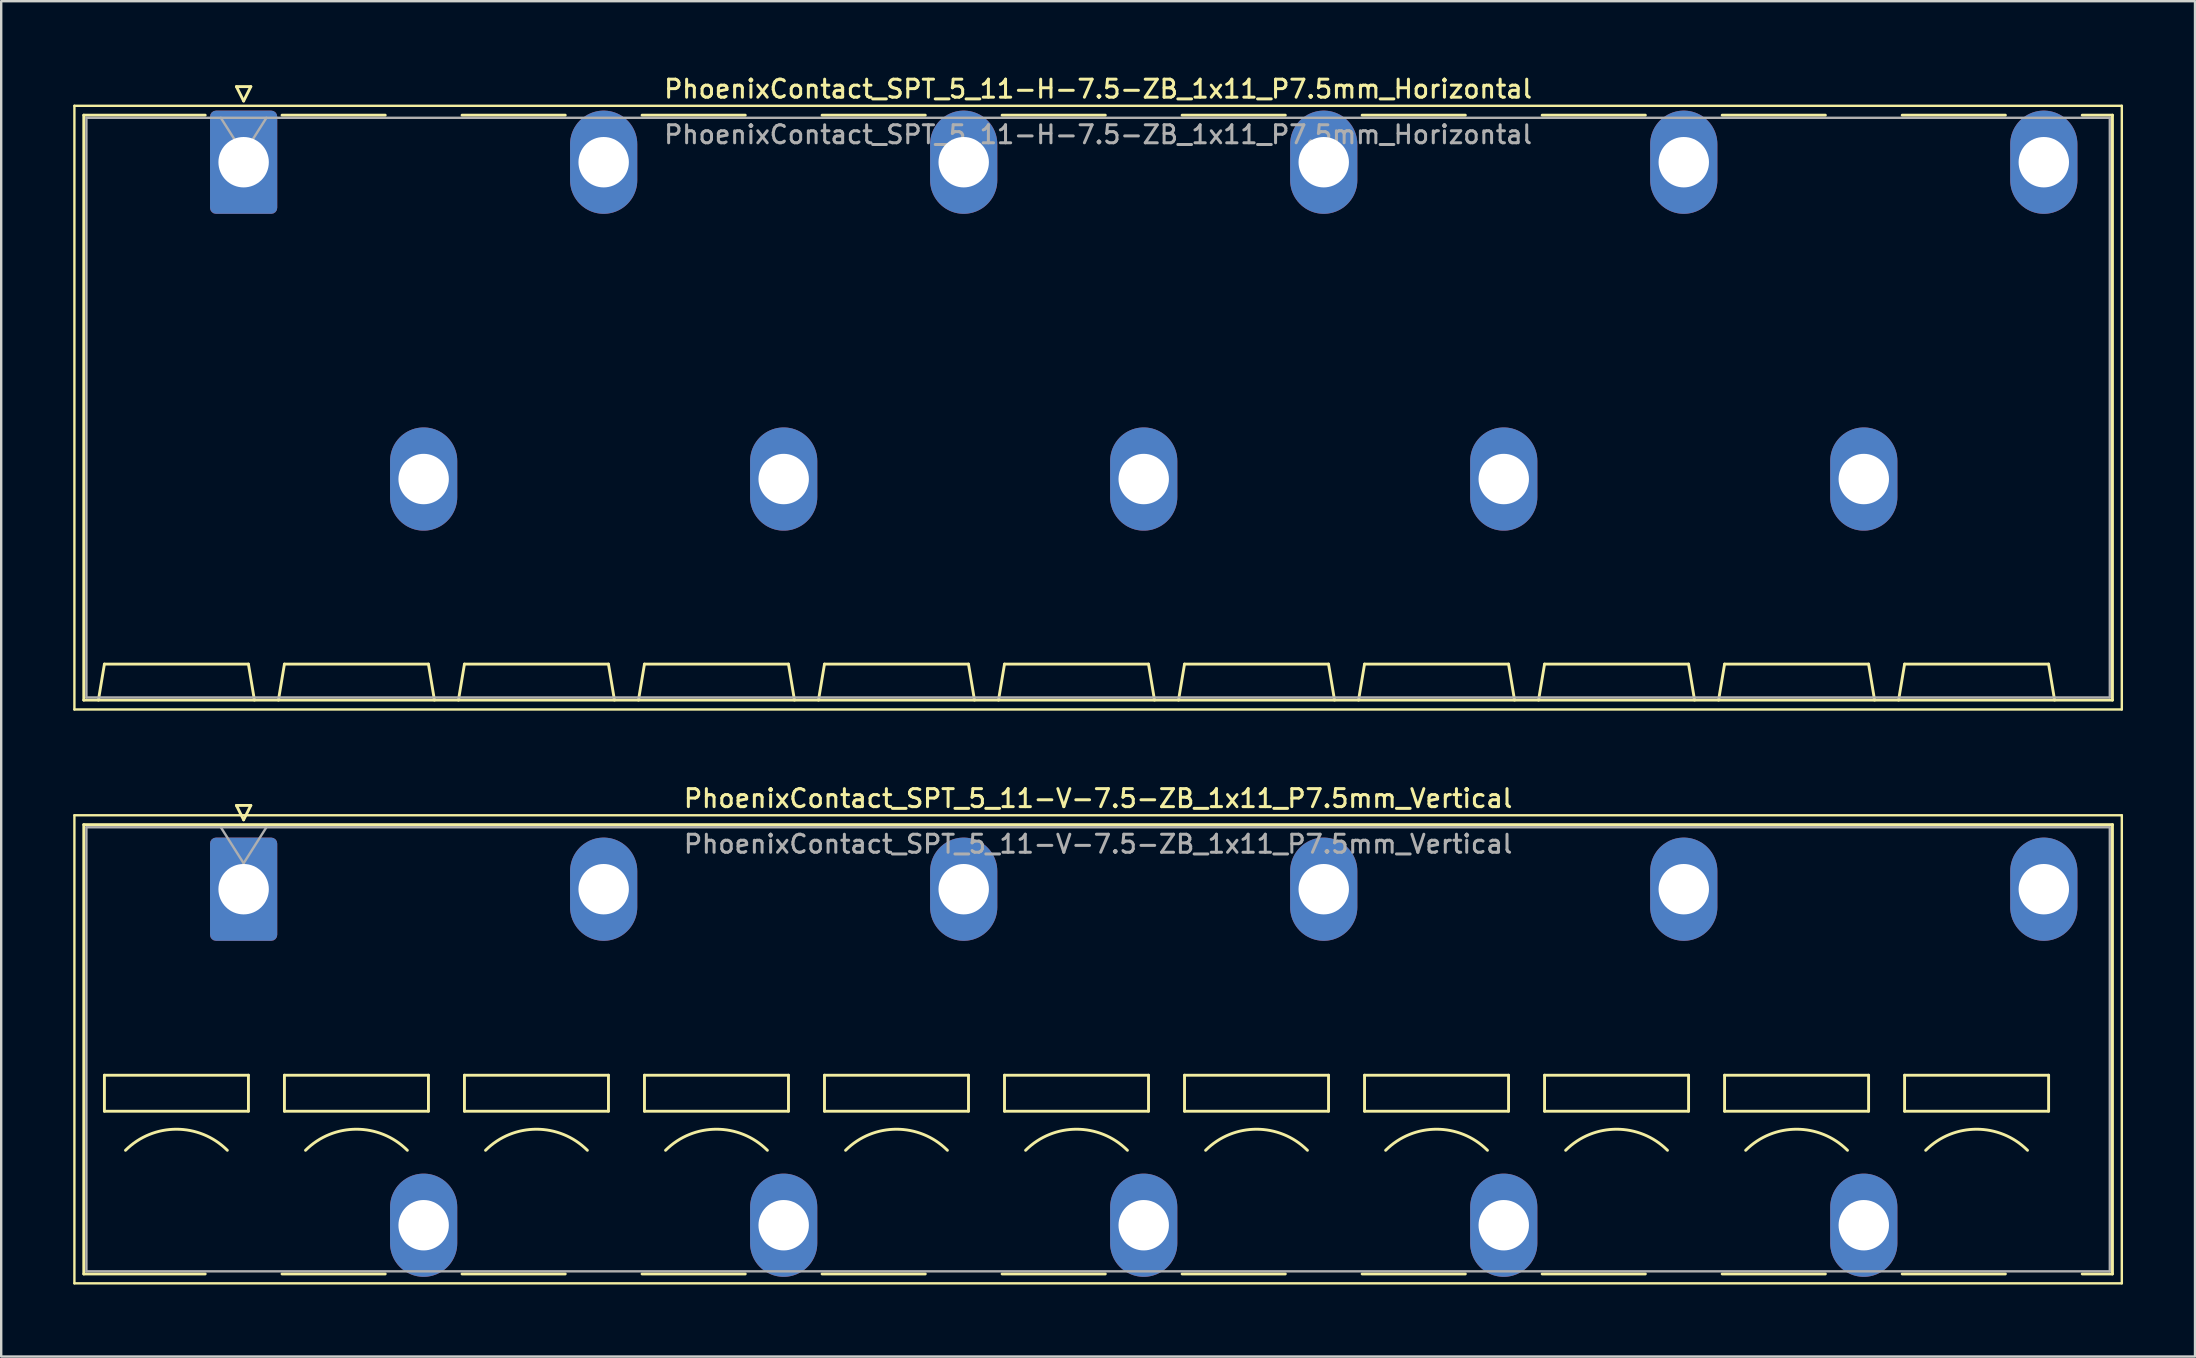
<source format=kicad_pcb>
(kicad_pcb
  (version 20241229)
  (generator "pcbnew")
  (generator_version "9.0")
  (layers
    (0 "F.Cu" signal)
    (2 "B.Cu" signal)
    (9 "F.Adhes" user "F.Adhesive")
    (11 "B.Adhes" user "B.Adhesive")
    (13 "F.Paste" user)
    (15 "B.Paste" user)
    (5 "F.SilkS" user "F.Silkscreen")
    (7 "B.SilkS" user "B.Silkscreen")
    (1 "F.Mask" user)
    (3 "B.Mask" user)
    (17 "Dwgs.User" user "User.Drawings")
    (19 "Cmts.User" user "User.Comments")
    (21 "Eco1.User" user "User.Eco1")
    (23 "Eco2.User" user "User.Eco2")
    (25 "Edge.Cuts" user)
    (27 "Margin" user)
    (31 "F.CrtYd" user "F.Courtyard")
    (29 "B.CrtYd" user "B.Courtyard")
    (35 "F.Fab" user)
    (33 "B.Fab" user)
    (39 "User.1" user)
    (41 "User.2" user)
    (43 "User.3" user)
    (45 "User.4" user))
  (footprint "PhoenixContact_SPT_5_11-V-7.5-ZB_1x11_P7.5mm_Vertical"
    (layer "F.Cu")
    (at 7.1 33.996)
    (property "Reference" "PhoenixContact_SPT_5_11-V-7.5-ZB_1x11_P7.5mm_Vertical" (at 35.6 -3.78 0) (layer "F.SilkS") (effects (font (size 0.75 0.75) (thickness 0.125))))
    (attr through_hole)
    (fp_line (start -7.05 -3.08) (end -7.05 16.42) (stroke (width 0.1) (type solid)) (layer "F.SilkS"))
    (fp_line (start -7.05 16.42) (end 78.25 16.42) (stroke (width 0.1) (type solid)) (layer "F.SilkS"))
    (fp_line (start -6.66 -2.69) (end 77.86 -2.69) (stroke (width 0.12) (type solid)) (layer "F.SilkS"))
    (fp_line (start -6.66 16.03) (end -6.66 -2.69) (stroke (width 0.12) (type solid)) (layer "F.SilkS"))
    (fp_line (start -6.66 16.03) (end -1.6 16.03) (stroke (width 0.12) (type solid)) (layer "F.SilkS"))
    (fp_line (start -5.8 7.75) (end -5.8 9.25) (stroke (width 0.12) (type solid)) (layer "F.SilkS"))
    (fp_line (start -5.8 9.25) (end 0.2 9.25) (stroke (width 0.12) (type solid)) (layer "F.SilkS"))
    (fp_line (start -0.3 -3.49) (end 0 -2.89) (stroke (width 0.12) (type solid)) (layer "F.SilkS"))
    (fp_line (start -0.3 -3.49) (end 0.3 -3.49) (stroke (width 0.12) (type solid)) (layer "F.SilkS"))
    (fp_line (start 0.2 7.75) (end -5.8 7.75) (stroke (width 0.12) (type solid)) (layer "F.SilkS"))
    (fp_line (start 0.2 9.25) (end 0.2 7.75) (stroke (width 0.12) (type solid)) (layer "F.SilkS"))
    (fp_line (start 0.3 -3.49) (end 0 -2.89) (stroke (width 0.12) (type solid)) (layer "F.SilkS"))
    (fp_line (start 1.6 16.03) (end 5.9 16.03) (stroke (width 0.12) (type solid)) (layer "F.SilkS"))
    (fp_line (start 1.7 7.75) (end 1.7 9.25) (stroke (width 0.12) (type solid)) (layer "F.SilkS"))
    (fp_line (start 1.7 9.25) (end 7.7 9.25) (stroke (width 0.12) (type solid)) (layer "F.SilkS"))
    (fp_line (start 7.7 7.75) (end 1.7 7.75) (stroke (width 0.12) (type solid)) (layer "F.SilkS"))
    (fp_line (start 7.7 9.25) (end 7.7 7.75) (stroke (width 0.12) (type solid)) (layer "F.SilkS"))
    (fp_line (start 9.1 16.03) (end 13.4 16.03) (stroke (width 0.12) (type solid)) (layer "F.SilkS"))
    (fp_line (start 9.2 7.75) (end 9.2 9.25) (stroke (width 0.12) (type solid)) (layer "F.SilkS"))
    (fp_line (start 9.2 9.25) (end 15.2 9.25) (stroke (width 0.12) (type solid)) (layer "F.SilkS"))
    (fp_line (start 15.2 7.75) (end 9.2 7.75) (stroke (width 0.12) (type solid)) (layer "F.SilkS"))
    (fp_line (start 15.2 9.25) (end 15.2 7.75) (stroke (width 0.12) (type solid)) (layer "F.SilkS"))
    (fp_line (start 16.6 16.03) (end 20.9 16.03) (stroke (width 0.12) (type solid)) (layer "F.SilkS"))
    (fp_line (start 16.7 7.75) (end 16.7 9.25) (stroke (width 0.12) (type solid)) (layer "F.SilkS"))
    (fp_line (start 16.7 9.25) (end 22.7 9.25) (stroke (width 0.12) (type solid)) (layer "F.SilkS"))
    (fp_line (start 22.7 7.75) (end 16.7 7.75) (stroke (width 0.12) (type solid)) (layer "F.SilkS"))
    (fp_line (start 22.7 9.25) (end 22.7 7.75) (stroke (width 0.12) (type solid)) (layer "F.SilkS"))
    (fp_line (start 24.1 16.03) (end 28.4 16.03) (stroke (width 0.12) (type solid)) (layer "F.SilkS"))
    (fp_line (start 24.2 7.75) (end 24.2 9.25) (stroke (width 0.12) (type solid)) (layer "F.SilkS"))
    (fp_line (start 24.2 9.25) (end 30.2 9.25) (stroke (width 0.12) (type solid)) (layer "F.SilkS"))
    (fp_line (start 30.2 7.75) (end 24.2 7.75) (stroke (width 0.12) (type solid)) (layer "F.SilkS"))
    (fp_line (start 30.2 9.25) (end 30.2 7.75) (stroke (width 0.12) (type solid)) (layer "F.SilkS"))
    (fp_line (start 31.6 16.03) (end 35.9 16.03) (stroke (width 0.12) (type solid)) (layer "F.SilkS"))
    (fp_line (start 31.7 7.75) (end 31.7 9.25) (stroke (width 0.12) (type solid)) (layer "F.SilkS"))
    (fp_line (start 31.7 9.25) (end 37.7 9.25) (stroke (width 0.12) (type solid)) (layer "F.SilkS"))
    (fp_line (start 37.7 7.75) (end 31.7 7.75) (stroke (width 0.12) (type solid)) (layer "F.SilkS"))
    (fp_line (start 37.7 9.25) (end 37.7 7.75) (stroke (width 0.12) (type solid)) (layer "F.SilkS"))
    (fp_line (start 39.1 16.03) (end 43.4 16.03) (stroke (width 0.12) (type solid)) (layer "F.SilkS"))
    (fp_line (start 39.2 7.75) (end 39.2 9.25) (stroke (width 0.12) (type solid)) (layer "F.SilkS"))
    (fp_line (start 39.2 9.25) (end 45.2 9.25) (stroke (width 0.12) (type solid)) (layer "F.SilkS"))
    (fp_line (start 45.2 7.75) (end 39.2 7.75) (stroke (width 0.12) (type solid)) (layer "F.SilkS"))
    (fp_line (start 45.2 9.25) (end 45.2 7.75) (stroke (width 0.12) (type solid)) (layer "F.SilkS"))
    (fp_line (start 46.6 16.03) (end 50.9 16.03) (stroke (width 0.12) (type solid)) (layer "F.SilkS"))
    (fp_line (start 46.7 7.75) (end 46.7 9.25) (stroke (width 0.12) (type solid)) (layer "F.SilkS"))
    (fp_line (start 46.7 9.25) (end 52.7 9.25) (stroke (width 0.12) (type solid)) (layer "F.SilkS"))
    (fp_line (start 52.7 7.75) (end 46.7 7.75) (stroke (width 0.12) (type solid)) (layer "F.SilkS"))
    (fp_line (start 52.7 9.25) (end 52.7 7.75) (stroke (width 0.12) (type solid)) (layer "F.SilkS"))
    (fp_line (start 54.1 16.03) (end 58.4 16.03) (stroke (width 0.12) (type solid)) (layer "F.SilkS"))
    (fp_line (start 54.2 7.75) (end 54.2 9.25) (stroke (width 0.12) (type solid)) (layer "F.SilkS"))
    (fp_line (start 54.2 9.25) (end 60.2 9.25) (stroke (width 0.12) (type solid)) (layer "F.SilkS"))
    (fp_line (start 60.2 7.75) (end 54.2 7.75) (stroke (width 0.12) (type solid)) (layer "F.SilkS"))
    (fp_line (start 60.2 9.25) (end 60.2 7.75) (stroke (width 0.12) (type solid)) (layer "F.SilkS"))
    (fp_line (start 61.6 16.03) (end 65.9 16.03) (stroke (width 0.12) (type solid)) (layer "F.SilkS"))
    (fp_line (start 61.7 7.75) (end 61.7 9.25) (stroke (width 0.12) (type solid)) (layer "F.SilkS"))
    (fp_line (start 61.7 9.25) (end 67.7 9.25) (stroke (width 0.12) (type solid)) (layer "F.SilkS"))
    (fp_line (start 67.7 7.75) (end 61.7 7.75) (stroke (width 0.12) (type solid)) (layer "F.SilkS"))
    (fp_line (start 67.7 9.25) (end 67.7 7.75) (stroke (width 0.12) (type solid)) (layer "F.SilkS"))
    (fp_line (start 69.1 16.03) (end 73.4 16.03) (stroke (width 0.12) (type solid)) (layer "F.SilkS"))
    (fp_line (start 69.2 7.75) (end 69.2 9.25) (stroke (width 0.12) (type solid)) (layer "F.SilkS"))
    (fp_line (start 69.2 9.25) (end 75.2 9.25) (stroke (width 0.12) (type solid)) (layer "F.SilkS"))
    (fp_line (start 75.2 7.75) (end 69.2 7.75) (stroke (width 0.12) (type solid)) (layer "F.SilkS"))
    (fp_line (start 75.2 9.25) (end 75.2 7.75) (stroke (width 0.12) (type solid)) (layer "F.SilkS"))
    (fp_line (start 76.6 16.03) (end 77.86 16.03) (stroke (width 0.12) (type solid)) (layer "F.SilkS"))
    (fp_line (start 77.86 -2.69) (end 77.86 16.03) (stroke (width 0.12) (type solid)) (layer "F.SilkS"))
    (fp_line (start 78.25 -3.08) (end -7.05 -3.08) (stroke (width 0.1) (type solid)) (layer "F.SilkS"))
    (fp_line (start 78.25 16.42) (end 78.25 -3.08) (stroke (width 0.1) (type solid)) (layer "F.SilkS"))
    (fp_arc (start -4.92132 10.87868) (mid -2.8 10) (end -0.67868 10.87868) (stroke (width 0.12) (type solid)) (layer "F.SilkS"))
    (fp_arc (start 2.57868 10.87868) (mid 4.7 10) (end 6.82132 10.87868) (stroke (width 0.12) (type solid)) (layer "F.SilkS"))
    (fp_arc (start 10.07868 10.87868) (mid 12.2 10) (end 14.32132 10.87868) (stroke (width 0.12) (type solid)) (layer "F.SilkS"))
    (fp_arc (start 17.57868 10.87868) (mid 19.7 10) (end 21.82132 10.87868) (stroke (width 0.12) (type solid)) (layer "F.SilkS"))
    (fp_arc (start 25.07868 10.87868) (mid 27.2 10) (end 29.32132 10.87868) (stroke (width 0.12) (type solid)) (layer "F.SilkS"))
    (fp_arc (start 32.57868 10.87868) (mid 34.7 10) (end 36.82132 10.87868) (stroke (width 0.12) (type solid)) (layer "F.SilkS"))
    (fp_arc (start 40.07868 10.87868) (mid 42.2 10) (end 44.32132 10.87868) (stroke (width 0.12) (type solid)) (layer "F.SilkS"))
    (fp_arc (start 47.57868 10.87868) (mid 49.7 10) (end 51.82132 10.87868) (stroke (width 0.12) (type solid)) (layer "F.SilkS"))
    (fp_arc (start 55.07868 10.87868) (mid 57.2 10) (end 59.32132 10.87868) (stroke (width 0.12) (type solid)) (layer "F.SilkS"))
    (fp_arc (start 62.57868 10.87868) (mid 64.7 10) (end 66.82132 10.87868) (stroke (width 0.12) (type solid)) (layer "F.SilkS"))
    (fp_arc (start 70.07868 10.87868) (mid 72.2 10) (end 74.32132 10.87868) (stroke (width 0.12) (type solid)) (layer "F.SilkS"))
    (fp_line (start -6.55 -2.58) (end -6.55 15.92) (stroke (width 0.1) (type solid)) (layer "F.Fab"))
    (fp_line (start -6.55 15.92) (end 77.75 15.92) (stroke (width 0.1) (type solid)) (layer "F.Fab"))
    (fp_line (start -0.95 -2.58) (end 0 -1.08) (stroke (width 0.1) (type solid)) (layer "F.Fab"))
    (fp_line (start 0.95 -2.58) (end 0 -1.08) (stroke (width 0.1) (type solid)) (layer "F.Fab"))
    (fp_line (start 77.75 -2.58) (end -6.55 -2.58) (stroke (width 0.1) (type solid)) (layer "F.Fab"))
    (fp_line (start 77.75 15.92) (end 77.75 -2.58) (stroke (width 0.1) (type solid)) (layer "F.Fab"))
    (fp_text user "${REFERENCE}" (at 35.6 -1.88 0) (layer "F.Fab") (effects (font (size 0.75 0.75) (thickness 0.125))))
    (pad "1" thru_hole roundrect (at 0 0) (size 2.8 4.3) (drill 2.1) (layers "*.Cu" "*.Mask") (roundrect_rratio 0.089))
    (pad "2" thru_hole oval (at 7.5 14) (size 2.8 4.3) (drill 2.1) (layers "*.Cu" "*.Mask"))
    (pad "3" thru_hole oval (at 15 0) (size 2.8 4.3) (drill 2.1) (layers "*.Cu" "*.Mask"))
    (pad "4" thru_hole oval (at 22.5 14) (size 2.8 4.3) (drill 2.1) (layers "*.Cu" "*.Mask"))
    (pad "5" thru_hole oval (at 30 0) (size 2.8 4.3) (drill 2.1) (layers "*.Cu" "*.Mask"))
    (pad "6" thru_hole oval (at 37.5 14) (size 2.8 4.3) (drill 2.1) (layers "*.Cu" "*.Mask"))
    (pad "7" thru_hole oval (at 45 0) (size 2.8 4.3) (drill 2.1) (layers "*.Cu" "*.Mask"))
    (pad "8" thru_hole oval (at 52.5 14) (size 2.8 4.3) (drill 2.1) (layers "*.Cu" "*.Mask"))
    (pad "9" thru_hole oval (at 60 0) (size 2.8 4.3) (drill 2.1) (layers "*.Cu" "*.Mask"))
    (pad "10" thru_hole oval (at 67.5 14) (size 2.8 4.3) (drill 2.1) (layers "*.Cu" "*.Mask"))
    (pad "11" thru_hole oval (at 75 0) (size 2.8 4.3) (drill 2.1) (layers "*.Cu" "*.Mask")))
  (footprint "PhoenixContact_SPT_5_11-H-7.5-ZB_1x11_P7.5mm_Horizontal"
    (layer "F.Cu")
    (at 7.1 3.708)
    (property "Reference" "PhoenixContact_SPT_5_11-H-7.5-ZB_1x11_P7.5mm_Horizontal" (at 35.6 -3.05 0) (layer "F.SilkS") (effects (font (size 0.75 0.75) (thickness 0.125))))
    (attr through_hole)
    (fp_line (start -7.05 -2.35) (end -7.05 22.8) (stroke (width 0.1) (type solid)) (layer "F.SilkS"))
    (fp_line (start -7.05 22.8) (end 78.25 22.8) (stroke (width 0.1) (type solid)) (layer "F.SilkS"))
    (fp_line (start -6.66 -1.96) (end -1.6 -1.96) (stroke (width 0.12) (type solid)) (layer "F.SilkS"))
    (fp_line (start -6.66 22.41) (end -6.66 -1.96) (stroke (width 0.12) (type solid)) (layer "F.SilkS"))
    (fp_line (start -6.05 22.41) (end -5.8 20.91) (stroke (width 0.12) (type solid)) (layer "F.SilkS"))
    (fp_line (start -5.8 20.91) (end 0.2 20.91) (stroke (width 0.12) (type solid)) (layer "F.SilkS"))
    (fp_line (start -0.3 -3.15) (end 0 -2.55) (stroke (width 0.12) (type solid)) (layer "F.SilkS"))
    (fp_line (start -0.3 -3.15) (end 0.3 -3.15) (stroke (width 0.12) (type solid)) (layer "F.SilkS"))
    (fp_line (start 0.3 -3.15) (end 0 -2.55) (stroke (width 0.12) (type solid)) (layer "F.SilkS"))
    (fp_line (start 0.45 22.41) (end 0.2 20.91) (stroke (width 0.12) (type solid)) (layer "F.SilkS"))
    (fp_line (start 1.45 22.41) (end 1.7 20.91) (stroke (width 0.12) (type solid)) (layer "F.SilkS"))
    (fp_line (start 1.6 -1.96) (end 5.9 -1.96) (stroke (width 0.12) (type solid)) (layer "F.SilkS"))
    (fp_line (start 1.7 20.91) (end 7.7 20.91) (stroke (width 0.12) (type solid)) (layer "F.SilkS"))
    (fp_line (start 7.95 22.41) (end 7.7 20.91) (stroke (width 0.12) (type solid)) (layer "F.SilkS"))
    (fp_line (start 8.95 22.41) (end 9.2 20.91) (stroke (width 0.12) (type solid)) (layer "F.SilkS"))
    (fp_line (start 9.1 -1.96) (end 13.4 -1.96) (stroke (width 0.12) (type solid)) (layer "F.SilkS"))
    (fp_line (start 9.2 20.91) (end 15.2 20.91) (stroke (width 0.12) (type solid)) (layer "F.SilkS"))
    (fp_line (start 15.45 22.41) (end 15.2 20.91) (stroke (width 0.12) (type solid)) (layer "F.SilkS"))
    (fp_line (start 16.45 22.41) (end 16.7 20.91) (stroke (width 0.12) (type solid)) (layer "F.SilkS"))
    (fp_line (start 16.6 -1.96) (end 20.9 -1.96) (stroke (width 0.12) (type solid)) (layer "F.SilkS"))
    (fp_line (start 16.7 20.91) (end 22.7 20.91) (stroke (width 0.12) (type solid)) (layer "F.SilkS"))
    (fp_line (start 22.95 22.41) (end 22.7 20.91) (stroke (width 0.12) (type solid)) (layer "F.SilkS"))
    (fp_line (start 23.95 22.41) (end 24.2 20.91) (stroke (width 0.12) (type solid)) (layer "F.SilkS"))
    (fp_line (start 24.1 -1.96) (end 28.4 -1.96) (stroke (width 0.12) (type solid)) (layer "F.SilkS"))
    (fp_line (start 24.2 20.91) (end 30.2 20.91) (stroke (width 0.12) (type solid)) (layer "F.SilkS"))
    (fp_line (start 30.45 22.41) (end 30.2 20.91) (stroke (width 0.12) (type solid)) (layer "F.SilkS"))
    (fp_line (start 31.45 22.41) (end 31.7 20.91) (stroke (width 0.12) (type solid)) (layer "F.SilkS"))
    (fp_line (start 31.6 -1.96) (end 35.9 -1.96) (stroke (width 0.12) (type solid)) (layer "F.SilkS"))
    (fp_line (start 31.7 20.91) (end 37.7 20.91) (stroke (width 0.12) (type solid)) (layer "F.SilkS"))
    (fp_line (start 37.95 22.41) (end 37.7 20.91) (stroke (width 0.12) (type solid)) (layer "F.SilkS"))
    (fp_line (start 38.95 22.41) (end 39.2 20.91) (stroke (width 0.12) (type solid)) (layer "F.SilkS"))
    (fp_line (start 39.1 -1.96) (end 43.4 -1.96) (stroke (width 0.12) (type solid)) (layer "F.SilkS"))
    (fp_line (start 39.2 20.91) (end 45.2 20.91) (stroke (width 0.12) (type solid)) (layer "F.SilkS"))
    (fp_line (start 45.45 22.41) (end 45.2 20.91) (stroke (width 0.12) (type solid)) (layer "F.SilkS"))
    (fp_line (start 46.45 22.41) (end 46.7 20.91) (stroke (width 0.12) (type solid)) (layer "F.SilkS"))
    (fp_line (start 46.6 -1.96) (end 50.9 -1.96) (stroke (width 0.12) (type solid)) (layer "F.SilkS"))
    (fp_line (start 46.7 20.91) (end 52.7 20.91) (stroke (width 0.12) (type solid)) (layer "F.SilkS"))
    (fp_line (start 52.95 22.41) (end 52.7 20.91) (stroke (width 0.12) (type solid)) (layer "F.SilkS"))
    (fp_line (start 53.95 22.41) (end 54.2 20.91) (stroke (width 0.12) (type solid)) (layer "F.SilkS"))
    (fp_line (start 54.1 -1.96) (end 58.4 -1.96) (stroke (width 0.12) (type solid)) (layer "F.SilkS"))
    (fp_line (start 54.2 20.91) (end 60.2 20.91) (stroke (width 0.12) (type solid)) (layer "F.SilkS"))
    (fp_line (start 60.45 22.41) (end 60.2 20.91) (stroke (width 0.12) (type solid)) (layer "F.SilkS"))
    (fp_line (start 61.45 22.41) (end 61.7 20.91) (stroke (width 0.12) (type solid)) (layer "F.SilkS"))
    (fp_line (start 61.6 -1.96) (end 65.9 -1.96) (stroke (width 0.12) (type solid)) (layer "F.SilkS"))
    (fp_line (start 61.7 20.91) (end 67.7 20.91) (stroke (width 0.12) (type solid)) (layer "F.SilkS"))
    (fp_line (start 67.95 22.41) (end 67.7 20.91) (stroke (width 0.12) (type solid)) (layer "F.SilkS"))
    (fp_line (start 68.95 22.41) (end 69.2 20.91) (stroke (width 0.12) (type solid)) (layer "F.SilkS"))
    (fp_line (start 69.1 -1.96) (end 73.4 -1.96) (stroke (width 0.12) (type solid)) (layer "F.SilkS"))
    (fp_line (start 69.2 20.91) (end 75.2 20.91) (stroke (width 0.12) (type solid)) (layer "F.SilkS"))
    (fp_line (start 75.45 22.41) (end 75.2 20.91) (stroke (width 0.12) (type solid)) (layer "F.SilkS"))
    (fp_line (start 76.6 -1.96) (end 77.86 -1.96) (stroke (width 0.12) (type solid)) (layer "F.SilkS"))
    (fp_line (start 77.86 -1.96) (end 77.86 22.41) (stroke (width 0.12) (type solid)) (layer "F.SilkS"))
    (fp_line (start 77.86 22.41) (end -6.66 22.41) (stroke (width 0.12) (type solid)) (layer "F.SilkS"))
    (fp_line (start 78.25 -2.35) (end -7.05 -2.35) (stroke (width 0.1) (type solid)) (layer "F.SilkS"))
    (fp_line (start 78.25 22.8) (end 78.25 -2.35) (stroke (width 0.1) (type solid)) (layer "F.SilkS"))
    (fp_line (start -6.55 -1.85) (end -6.55 22.3) (stroke (width 0.1) (type solid)) (layer "F.Fab"))
    (fp_line (start -6.55 22.3) (end 77.75 22.3) (stroke (width 0.1) (type solid)) (layer "F.Fab"))
    (fp_line (start -0.95 -1.85) (end 0 -0.35) (stroke (width 0.1) (type solid)) (layer "F.Fab"))
    (fp_line (start 0.95 -1.85) (end 0 -0.35) (stroke (width 0.1) (type solid)) (layer "F.Fab"))
    (fp_line (start 77.75 -1.85) (end -6.55 -1.85) (stroke (width 0.1) (type solid)) (layer "F.Fab"))
    (fp_line (start 77.75 22.3) (end 77.75 -1.85) (stroke (width 0.1) (type solid)) (layer "F.Fab"))
    (fp_text user "${REFERENCE}" (at 35.6 -1.15 0) (layer "F.Fab") (effects (font (size 0.75 0.75) (thickness 0.125))))
    (pad "1" thru_hole roundrect (at 0 0) (size 2.8 4.3) (drill 2.1) (layers "*.Cu" "*.Mask") (roundrect_rratio 0.089))
    (pad "2" thru_hole oval (at 7.5 13.2) (size 2.8 4.3) (drill 2.1) (layers "*.Cu" "*.Mask"))
    (pad "3" thru_hole oval (at 15 0) (size 2.8 4.3) (drill 2.1) (layers "*.Cu" "*.Mask"))
    (pad "4" thru_hole oval (at 22.5 13.2) (size 2.8 4.3) (drill 2.1) (layers "*.Cu" "*.Mask"))
    (pad "5" thru_hole oval (at 30 0) (size 2.8 4.3) (drill 2.1) (layers "*.Cu" "*.Mask"))
    (pad "6" thru_hole oval (at 37.5 13.2) (size 2.8 4.3) (drill 2.1) (layers "*.Cu" "*.Mask"))
    (pad "7" thru_hole oval (at 45 0) (size 2.8 4.3) (drill 2.1) (layers "*.Cu" "*.Mask"))
    (pad "8" thru_hole oval (at 52.5 13.2) (size 2.8 4.3) (drill 2.1) (layers "*.Cu" "*.Mask"))
    (pad "9" thru_hole oval (at 60 0) (size 2.8 4.3) (drill 2.1) (layers "*.Cu" "*.Mask"))
    (pad "10" thru_hole oval (at 67.5 13.2) (size 2.8 4.3) (drill 2.1) (layers "*.Cu" "*.Mask"))
    (pad "11" thru_hole oval (at 75 0) (size 2.8 4.3) (drill 2.1) (layers "*.Cu" "*.Mask")))
  (gr_rect
    (start -3 -3)
    (end 88.4 53.466)
    (stroke (width 0.1) (type default))
    (fill no)
    (layer "Edge.Cuts")))
</source>
